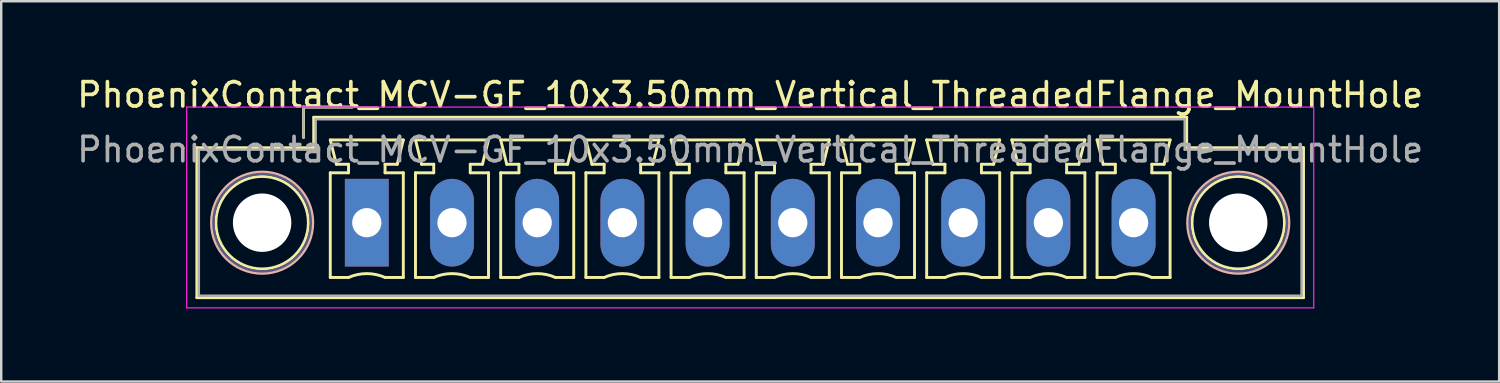
<source format=kicad_pcb>
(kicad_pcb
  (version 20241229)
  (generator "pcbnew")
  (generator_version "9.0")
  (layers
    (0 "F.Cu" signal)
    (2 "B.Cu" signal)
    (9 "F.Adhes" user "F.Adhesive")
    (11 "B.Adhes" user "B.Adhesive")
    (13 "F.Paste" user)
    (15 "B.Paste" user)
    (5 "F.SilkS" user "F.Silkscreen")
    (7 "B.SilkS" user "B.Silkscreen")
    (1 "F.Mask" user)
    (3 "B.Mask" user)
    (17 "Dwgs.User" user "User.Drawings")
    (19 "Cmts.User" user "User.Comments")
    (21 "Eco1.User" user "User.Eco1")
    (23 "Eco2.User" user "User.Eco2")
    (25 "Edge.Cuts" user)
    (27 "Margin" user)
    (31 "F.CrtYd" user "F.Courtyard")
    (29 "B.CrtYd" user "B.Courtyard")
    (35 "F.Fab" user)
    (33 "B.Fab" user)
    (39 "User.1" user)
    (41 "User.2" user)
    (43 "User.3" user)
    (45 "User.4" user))
  (footprint "PhoenixContact_MCV-GF_10x3.50mm_Vertical_ThreadedFlange_MountHole"
    (layer "F.Cu")
    (at 12.018 6.098)
    (property "Reference" "PhoenixContact_MCV-GF_10x3.50mm_Vertical_ThreadedFlange_MountHole" (at 15.75 -5.25 0) (layer "F.SilkS") (effects (font (size 1 1) (thickness 0.15))))
    (attr through_hole)
    (fp_line (start -6.98 -3.08) (end -6.98 3.08) (stroke (width 0.12) (type solid)) (layer "F.SilkS"))
    (fp_line (start -6.98 3.08) (end 38.48 3.08) (stroke (width 0.12) (type solid)) (layer "F.SilkS"))
    (fp_line (start -2.6 -4.75) (end -0.6 -4.75) (stroke (width 0.12) (type solid)) (layer "F.SilkS"))
    (fp_line (start -2.6 -3.5) (end -2.6 -4.75) (stroke (width 0.12) (type solid)) (layer "F.SilkS"))
    (fp_line (start -2.18 -4.33) (end -2.18 -3.08) (stroke (width 0.12) (type solid)) (layer "F.SilkS"))
    (fp_line (start -2.18 -3.08) (end -6.98 -3.08) (stroke (width 0.12) (type solid)) (layer "F.SilkS"))
    (fp_line (start -1.5 -3.4) (end 1.5 -3.4) (stroke (width 0.12) (type solid)) (layer "F.SilkS"))
    (fp_line (start -1.5 -2.05) (end -0.75 -2.05) (stroke (width 0.12) (type solid)) (layer "F.SilkS"))
    (fp_line (start -1.5 2.25) (end -1.5 -2.05) (stroke (width 0.12) (type solid)) (layer "F.SilkS"))
    (fp_line (start -1.25 -2.4) (end -1.5 -3.4) (stroke (width 0.12) (type solid)) (layer "F.SilkS"))
    (fp_line (start -0.75 -2.4) (end -1.25 -2.4) (stroke (width 0.12) (type solid)) (layer "F.SilkS"))
    (fp_line (start -0.75 -2.05) (end -0.75 -2.4) (stroke (width 0.12) (type solid)) (layer "F.SilkS"))
    (fp_line (start -0.75 2.25) (end -1.5 2.25) (stroke (width 0.12) (type solid)) (layer "F.SilkS"))
    (fp_line (start 0.75 -2.4) (end 0.75 -2.05) (stroke (width 0.12) (type solid)) (layer "F.SilkS"))
    (fp_line (start 0.75 -2.05) (end 1.5 -2.05) (stroke (width 0.12) (type solid)) (layer "F.SilkS"))
    (fp_line (start 1.25 -2.4) (end 0.75 -2.4) (stroke (width 0.12) (type solid)) (layer "F.SilkS"))
    (fp_line (start 1.5 -3.4) (end 1.25 -2.4) (stroke (width 0.12) (type solid)) (layer "F.SilkS"))
    (fp_line (start 1.5 -2.05) (end 1.5 2.25) (stroke (width 0.12) (type solid)) (layer "F.SilkS"))
    (fp_line (start 1.5 2.25) (end 0.75 2.25) (stroke (width 0.12) (type solid)) (layer "F.SilkS"))
    (fp_line (start 2 -3.4) (end 5 -3.4) (stroke (width 0.12) (type solid)) (layer "F.SilkS"))
    (fp_line (start 2 -2.05) (end 2.75 -2.05) (stroke (width 0.12) (type solid)) (layer "F.SilkS"))
    (fp_line (start 2 2.25) (end 2 -2.05) (stroke (width 0.12) (type solid)) (layer "F.SilkS"))
    (fp_line (start 2.25 -2.4) (end 2 -3.4) (stroke (width 0.12) (type solid)) (layer "F.SilkS"))
    (fp_line (start 2.75 -2.4) (end 2.25 -2.4) (stroke (width 0.12) (type solid)) (layer "F.SilkS"))
    (fp_line (start 2.75 -2.05) (end 2.75 -2.4) (stroke (width 0.12) (type solid)) (layer "F.SilkS"))
    (fp_line (start 2.75 2.25) (end 2 2.25) (stroke (width 0.12) (type solid)) (layer "F.SilkS"))
    (fp_line (start 4.25 -2.4) (end 4.25 -2.05) (stroke (width 0.12) (type solid)) (layer "F.SilkS"))
    (fp_line (start 4.25 -2.05) (end 5 -2.05) (stroke (width 0.12) (type solid)) (layer "F.SilkS"))
    (fp_line (start 4.75 -2.4) (end 4.25 -2.4) (stroke (width 0.12) (type solid)) (layer "F.SilkS"))
    (fp_line (start 5 -3.4) (end 4.75 -2.4) (stroke (width 0.12) (type solid)) (layer "F.SilkS"))
    (fp_line (start 5 -2.05) (end 5 2.25) (stroke (width 0.12) (type solid)) (layer "F.SilkS"))
    (fp_line (start 5 2.25) (end 4.25 2.25) (stroke (width 0.12) (type solid)) (layer "F.SilkS"))
    (fp_line (start 5.5 -3.4) (end 8.5 -3.4) (stroke (width 0.12) (type solid)) (layer "F.SilkS"))
    (fp_line (start 5.5 -2.05) (end 6.25 -2.05) (stroke (width 0.12) (type solid)) (layer "F.SilkS"))
    (fp_line (start 5.5 2.25) (end 5.5 -2.05) (stroke (width 0.12) (type solid)) (layer "F.SilkS"))
    (fp_line (start 5.75 -2.4) (end 5.5 -3.4) (stroke (width 0.12) (type solid)) (layer "F.SilkS"))
    (fp_line (start 6.25 -2.4) (end 5.75 -2.4) (stroke (width 0.12) (type solid)) (layer "F.SilkS"))
    (fp_line (start 6.25 -2.05) (end 6.25 -2.4) (stroke (width 0.12) (type solid)) (layer "F.SilkS"))
    (fp_line (start 6.25 2.25) (end 5.5 2.25) (stroke (width 0.12) (type solid)) (layer "F.SilkS"))
    (fp_line (start 7.75 -2.4) (end 7.75 -2.05) (stroke (width 0.12) (type solid)) (layer "F.SilkS"))
    (fp_line (start 7.75 -2.05) (end 8.5 -2.05) (stroke (width 0.12) (type solid)) (layer "F.SilkS"))
    (fp_line (start 8.25 -2.4) (end 7.75 -2.4) (stroke (width 0.12) (type solid)) (layer "F.SilkS"))
    (fp_line (start 8.5 -3.4) (end 8.25 -2.4) (stroke (width 0.12) (type solid)) (layer "F.SilkS"))
    (fp_line (start 8.5 -2.05) (end 8.5 2.25) (stroke (width 0.12) (type solid)) (layer "F.SilkS"))
    (fp_line (start 8.5 2.25) (end 7.75 2.25) (stroke (width 0.12) (type solid)) (layer "F.SilkS"))
    (fp_line (start 9 -3.4) (end 12 -3.4) (stroke (width 0.12) (type solid)) (layer "F.SilkS"))
    (fp_line (start 9 -2.05) (end 9.75 -2.05) (stroke (width 0.12) (type solid)) (layer "F.SilkS"))
    (fp_line (start 9 2.25) (end 9 -2.05) (stroke (width 0.12) (type solid)) (layer "F.SilkS"))
    (fp_line (start 9.25 -2.4) (end 9 -3.4) (stroke (width 0.12) (type solid)) (layer "F.SilkS"))
    (fp_line (start 9.75 -2.4) (end 9.25 -2.4) (stroke (width 0.12) (type solid)) (layer "F.SilkS"))
    (fp_line (start 9.75 -2.05) (end 9.75 -2.4) (stroke (width 0.12) (type solid)) (layer "F.SilkS"))
    (fp_line (start 9.75 2.25) (end 9 2.25) (stroke (width 0.12) (type solid)) (layer "F.SilkS"))
    (fp_line (start 11.25 -2.4) (end 11.25 -2.05) (stroke (width 0.12) (type solid)) (layer "F.SilkS"))
    (fp_line (start 11.25 -2.05) (end 12 -2.05) (stroke (width 0.12) (type solid)) (layer "F.SilkS"))
    (fp_line (start 11.75 -2.4) (end 11.25 -2.4) (stroke (width 0.12) (type solid)) (layer "F.SilkS"))
    (fp_line (start 12 -3.4) (end 11.75 -2.4) (stroke (width 0.12) (type solid)) (layer "F.SilkS"))
    (fp_line (start 12 -2.05) (end 12 2.25) (stroke (width 0.12) (type solid)) (layer "F.SilkS"))
    (fp_line (start 12 2.25) (end 11.25 2.25) (stroke (width 0.12) (type solid)) (layer "F.SilkS"))
    (fp_line (start 12.5 -3.4) (end 15.5 -3.4) (stroke (width 0.12) (type solid)) (layer "F.SilkS"))
    (fp_line (start 12.5 -2.05) (end 13.25 -2.05) (stroke (width 0.12) (type solid)) (layer "F.SilkS"))
    (fp_line (start 12.5 2.25) (end 12.5 -2.05) (stroke (width 0.12) (type solid)) (layer "F.SilkS"))
    (fp_line (start 12.75 -2.4) (end 12.5 -3.4) (stroke (width 0.12) (type solid)) (layer "F.SilkS"))
    (fp_line (start 13.25 -2.4) (end 12.75 -2.4) (stroke (width 0.12) (type solid)) (layer "F.SilkS"))
    (fp_line (start 13.25 -2.05) (end 13.25 -2.4) (stroke (width 0.12) (type solid)) (layer "F.SilkS"))
    (fp_line (start 13.25 2.25) (end 12.5 2.25) (stroke (width 0.12) (type solid)) (layer "F.SilkS"))
    (fp_line (start 14.75 -2.4) (end 14.75 -2.05) (stroke (width 0.12) (type solid)) (layer "F.SilkS"))
    (fp_line (start 14.75 -2.05) (end 15.5 -2.05) (stroke (width 0.12) (type solid)) (layer "F.SilkS"))
    (fp_line (start 15.25 -2.4) (end 14.75 -2.4) (stroke (width 0.12) (type solid)) (layer "F.SilkS"))
    (fp_line (start 15.5 -3.4) (end 15.25 -2.4) (stroke (width 0.12) (type solid)) (layer "F.SilkS"))
    (fp_line (start 15.5 -2.05) (end 15.5 2.25) (stroke (width 0.12) (type solid)) (layer "F.SilkS"))
    (fp_line (start 15.5 2.25) (end 14.75 2.25) (stroke (width 0.12) (type solid)) (layer "F.SilkS"))
    (fp_line (start 16 -3.4) (end 19 -3.4) (stroke (width 0.12) (type solid)) (layer "F.SilkS"))
    (fp_line (start 16 -2.05) (end 16.75 -2.05) (stroke (width 0.12) (type solid)) (layer "F.SilkS"))
    (fp_line (start 16 2.25) (end 16 -2.05) (stroke (width 0.12) (type solid)) (layer "F.SilkS"))
    (fp_line (start 16.25 -2.4) (end 16 -3.4) (stroke (width 0.12) (type solid)) (layer "F.SilkS"))
    (fp_line (start 16.75 -2.4) (end 16.25 -2.4) (stroke (width 0.12) (type solid)) (layer "F.SilkS"))
    (fp_line (start 16.75 -2.05) (end 16.75 -2.4) (stroke (width 0.12) (type solid)) (layer "F.SilkS"))
    (fp_line (start 16.75 2.25) (end 16 2.25) (stroke (width 0.12) (type solid)) (layer "F.SilkS"))
    (fp_line (start 18.25 -2.4) (end 18.25 -2.05) (stroke (width 0.12) (type solid)) (layer "F.SilkS"))
    (fp_line (start 18.25 -2.05) (end 19 -2.05) (stroke (width 0.12) (type solid)) (layer "F.SilkS"))
    (fp_line (start 18.75 -2.4) (end 18.25 -2.4) (stroke (width 0.12) (type solid)) (layer "F.SilkS"))
    (fp_line (start 19 -3.4) (end 18.75 -2.4) (stroke (width 0.12) (type solid)) (layer "F.SilkS"))
    (fp_line (start 19 -2.05) (end 19 2.25) (stroke (width 0.12) (type solid)) (layer "F.SilkS"))
    (fp_line (start 19 2.25) (end 18.25 2.25) (stroke (width 0.12) (type solid)) (layer "F.SilkS"))
    (fp_line (start 19.5 -3.4) (end 22.5 -3.4) (stroke (width 0.12) (type solid)) (layer "F.SilkS"))
    (fp_line (start 19.5 -2.05) (end 20.25 -2.05) (stroke (width 0.12) (type solid)) (layer "F.SilkS"))
    (fp_line (start 19.5 2.25) (end 19.5 -2.05) (stroke (width 0.12) (type solid)) (layer "F.SilkS"))
    (fp_line (start 19.75 -2.4) (end 19.5 -3.4) (stroke (width 0.12) (type solid)) (layer "F.SilkS"))
    (fp_line (start 20.25 -2.4) (end 19.75 -2.4) (stroke (width 0.12) (type solid)) (layer "F.SilkS"))
    (fp_line (start 20.25 -2.05) (end 20.25 -2.4) (stroke (width 0.12) (type solid)) (layer "F.SilkS"))
    (fp_line (start 20.25 2.25) (end 19.5 2.25) (stroke (width 0.12) (type solid)) (layer "F.SilkS"))
    (fp_line (start 21.75 -2.4) (end 21.75 -2.05) (stroke (width 0.12) (type solid)) (layer "F.SilkS"))
    (fp_line (start 21.75 -2.05) (end 22.5 -2.05) (stroke (width 0.12) (type solid)) (layer "F.SilkS"))
    (fp_line (start 22.25 -2.4) (end 21.75 -2.4) (stroke (width 0.12) (type solid)) (layer "F.SilkS"))
    (fp_line (start 22.5 -3.4) (end 22.25 -2.4) (stroke (width 0.12) (type solid)) (layer "F.SilkS"))
    (fp_line (start 22.5 -2.05) (end 22.5 2.25) (stroke (width 0.12) (type solid)) (layer "F.SilkS"))
    (fp_line (start 22.5 2.25) (end 21.75 2.25) (stroke (width 0.12) (type solid)) (layer "F.SilkS"))
    (fp_line (start 23 -3.4) (end 26 -3.4) (stroke (width 0.12) (type solid)) (layer "F.SilkS"))
    (fp_line (start 23 -2.05) (end 23.75 -2.05) (stroke (width 0.12) (type solid)) (layer "F.SilkS"))
    (fp_line (start 23 2.25) (end 23 -2.05) (stroke (width 0.12) (type solid)) (layer "F.SilkS"))
    (fp_line (start 23.25 -2.4) (end 23 -3.4) (stroke (width 0.12) (type solid)) (layer "F.SilkS"))
    (fp_line (start 23.75 -2.4) (end 23.25 -2.4) (stroke (width 0.12) (type solid)) (layer "F.SilkS"))
    (fp_line (start 23.75 -2.05) (end 23.75 -2.4) (stroke (width 0.12) (type solid)) (layer "F.SilkS"))
    (fp_line (start 23.75 2.25) (end 23 2.25) (stroke (width 0.12) (type solid)) (layer "F.SilkS"))
    (fp_line (start 25.25 -2.4) (end 25.25 -2.05) (stroke (width 0.12) (type solid)) (layer "F.SilkS"))
    (fp_line (start 25.25 -2.05) (end 26 -2.05) (stroke (width 0.12) (type solid)) (layer "F.SilkS"))
    (fp_line (start 25.75 -2.4) (end 25.25 -2.4) (stroke (width 0.12) (type solid)) (layer "F.SilkS"))
    (fp_line (start 26 -3.4) (end 25.75 -2.4) (stroke (width 0.12) (type solid)) (layer "F.SilkS"))
    (fp_line (start 26 -2.05) (end 26 2.25) (stroke (width 0.12) (type solid)) (layer "F.SilkS"))
    (fp_line (start 26 2.25) (end 25.25 2.25) (stroke (width 0.12) (type solid)) (layer "F.SilkS"))
    (fp_line (start 26.5 -3.4) (end 29.5 -3.4) (stroke (width 0.12) (type solid)) (layer "F.SilkS"))
    (fp_line (start 26.5 -2.05) (end 27.25 -2.05) (stroke (width 0.12) (type solid)) (layer "F.SilkS"))
    (fp_line (start 26.5 2.25) (end 26.5 -2.05) (stroke (width 0.12) (type solid)) (layer "F.SilkS"))
    (fp_line (start 26.75 -2.4) (end 26.5 -3.4) (stroke (width 0.12) (type solid)) (layer "F.SilkS"))
    (fp_line (start 27.25 -2.4) (end 26.75 -2.4) (stroke (width 0.12) (type solid)) (layer "F.SilkS"))
    (fp_line (start 27.25 -2.05) (end 27.25 -2.4) (stroke (width 0.12) (type solid)) (layer "F.SilkS"))
    (fp_line (start 27.25 2.25) (end 26.5 2.25) (stroke (width 0.12) (type solid)) (layer "F.SilkS"))
    (fp_line (start 28.75 -2.4) (end 28.75 -2.05) (stroke (width 0.12) (type solid)) (layer "F.SilkS"))
    (fp_line (start 28.75 -2.05) (end 29.5 -2.05) (stroke (width 0.12) (type solid)) (layer "F.SilkS"))
    (fp_line (start 29.25 -2.4) (end 28.75 -2.4) (stroke (width 0.12) (type solid)) (layer "F.SilkS"))
    (fp_line (start 29.5 -3.4) (end 29.25 -2.4) (stroke (width 0.12) (type solid)) (layer "F.SilkS"))
    (fp_line (start 29.5 -2.05) (end 29.5 2.25) (stroke (width 0.12) (type solid)) (layer "F.SilkS"))
    (fp_line (start 29.5 2.25) (end 28.75 2.25) (stroke (width 0.12) (type solid)) (layer "F.SilkS"))
    (fp_line (start 30 -3.4) (end 33 -3.4) (stroke (width 0.12) (type solid)) (layer "F.SilkS"))
    (fp_line (start 30 -2.05) (end 30.75 -2.05) (stroke (width 0.12) (type solid)) (layer "F.SilkS"))
    (fp_line (start 30 2.25) (end 30 -2.05) (stroke (width 0.12) (type solid)) (layer "F.SilkS"))
    (fp_line (start 30.25 -2.4) (end 30 -3.4) (stroke (width 0.12) (type solid)) (layer "F.SilkS"))
    (fp_line (start 30.75 -2.4) (end 30.25 -2.4) (stroke (width 0.12) (type solid)) (layer "F.SilkS"))
    (fp_line (start 30.75 -2.05) (end 30.75 -2.4) (stroke (width 0.12) (type solid)) (layer "F.SilkS"))
    (fp_line (start 30.75 2.25) (end 30 2.25) (stroke (width 0.12) (type solid)) (layer "F.SilkS"))
    (fp_line (start 32.25 -2.4) (end 32.25 -2.05) (stroke (width 0.12) (type solid)) (layer "F.SilkS"))
    (fp_line (start 32.25 -2.05) (end 33 -2.05) (stroke (width 0.12) (type solid)) (layer "F.SilkS"))
    (fp_line (start 32.75 -2.4) (end 32.25 -2.4) (stroke (width 0.12) (type solid)) (layer "F.SilkS"))
    (fp_line (start 33 -3.4) (end 32.75 -2.4) (stroke (width 0.12) (type solid)) (layer "F.SilkS"))
    (fp_line (start 33 -2.05) (end 33 2.25) (stroke (width 0.12) (type solid)) (layer "F.SilkS"))
    (fp_line (start 33 2.25) (end 32.25 2.25) (stroke (width 0.12) (type solid)) (layer "F.SilkS"))
    (fp_line (start 33.68 -4.33) (end -2.18 -4.33) (stroke (width 0.12) (type solid)) (layer "F.SilkS"))
    (fp_line (start 33.68 -3.08) (end 33.68 -4.33) (stroke (width 0.12) (type solid)) (layer "F.SilkS"))
    (fp_line (start 38.48 -3.08) (end 33.68 -3.08) (stroke (width 0.12) (type solid)) (layer "F.SilkS"))
    (fp_line (start 38.48 3.08) (end 38.48 -3.08) (stroke (width 0.12) (type solid)) (layer "F.SilkS"))
    (fp_arc (start -0.75 2.25) (mid -0.000193 2.09191) (end 0.749647 2.249844) (stroke (width 0.12) (type solid)) (layer "F.SilkS"))
    (fp_arc (start 2.75 2.25) (mid 3.499807 2.09191) (end 4.249647 2.249844) (stroke (width 0.12) (type solid)) (layer "F.SilkS"))
    (fp_arc (start 6.25 2.25) (mid 6.999807 2.09191) (end 7.749647 2.249844) (stroke (width 0.12) (type solid)) (layer "F.SilkS"))
    (fp_arc (start 9.75 2.25) (mid 10.499807 2.09191) (end 11.249647 2.249844) (stroke (width 0.12) (type solid)) (layer "F.SilkS"))
    (fp_arc (start 13.25 2.25) (mid 13.999807 2.09191) (end 14.749647 2.249844) (stroke (width 0.12) (type solid)) (layer "F.SilkS"))
    (fp_arc (start 16.75 2.25) (mid 17.499807 2.09191) (end 18.249647 2.249844) (stroke (width 0.12) (type solid)) (layer "F.SilkS"))
    (fp_arc (start 20.25 2.25) (mid 20.999807 2.09191) (end 21.749647 2.249844) (stroke (width 0.12) (type solid)) (layer "F.SilkS"))
    (fp_arc (start 23.75 2.25) (mid 24.499807 2.09191) (end 25.249647 2.249844) (stroke (width 0.12) (type solid)) (layer "F.SilkS"))
    (fp_arc (start 27.25 2.25) (mid 27.999807 2.09191) (end 28.749647 2.249844) (stroke (width 0.12) (type solid)) (layer "F.SilkS"))
    (fp_arc (start 30.75 2.25) (mid 31.499807 2.09191) (end 32.249647 2.249844) (stroke (width 0.12) (type solid)) (layer "F.SilkS"))
    (fp_circle (center -4.3 0) (end -2.4 0) (stroke (width 0.12) (type solid)) (fill no) (layer "F.SilkS"))
    (fp_circle (center 35.8 0) (end 37.7 0) (stroke (width 0.12) (type solid)) (fill no) (layer "F.SilkS"))
    (fp_circle (center -4.3 0) (end -2.22 0) (stroke (width 0.12) (type solid)) (fill no) (layer "B.SilkS"))
    (fp_circle (center 35.8 0) (end 37.88 0) (stroke (width 0.12) (type solid)) (fill no) (layer "B.SilkS"))
    (fp_line (start -7.4 -4.75) (end -7.4 3.5) (stroke (width 0.05) (type solid)) (layer "F.CrtYd"))
    (fp_line (start -7.4 3.5) (end 38.9 3.5) (stroke (width 0.05) (type solid)) (layer "F.CrtYd"))
    (fp_line (start 38.9 -4.75) (end -7.4 -4.75) (stroke (width 0.05) (type solid)) (layer "F.CrtYd"))
    (fp_line (start 38.9 3.5) (end 38.9 -4.75) (stroke (width 0.05) (type solid)) (layer "F.CrtYd"))
    (fp_circle (center -4.3 0) (end -2.3 0) (stroke (width 0.1) (type solid)) (fill no) (layer "B.Fab"))
    (fp_circle (center 35.8 0) (end 37.8 0) (stroke (width 0.1) (type solid)) (fill no) (layer "B.Fab"))
    (fp_line (start -6.9 -3) (end -6.9 3) (stroke (width 0.1) (type solid)) (layer "F.Fab"))
    (fp_line (start -6.9 3) (end 38.4 3) (stroke (width 0.1) (type solid)) (layer "F.Fab"))
    (fp_line (start -2.6 -4.75) (end -0.6 -4.75) (stroke (width 0.1) (type solid)) (layer "F.Fab"))
    (fp_line (start -2.6 -3.5) (end -2.6 -4.75) (stroke (width 0.1) (type solid)) (layer "F.Fab"))
    (fp_line (start -2.1 -4.25) (end -2.1 -3) (stroke (width 0.1) (type solid)) (layer "F.Fab"))
    (fp_line (start -2.1 -3) (end -6.9 -3) (stroke (width 0.1) (type solid)) (layer "F.Fab"))
    (fp_line (start 33.6 -4.25) (end -2.1 -4.25) (stroke (width 0.1) (type solid)) (layer "F.Fab"))
    (fp_line (start 33.6 -3) (end 33.6 -4.25) (stroke (width 0.1) (type solid)) (layer "F.Fab"))
    (fp_line (start 38.4 -3) (end 33.6 -3) (stroke (width 0.1) (type solid)) (layer "F.Fab"))
    (fp_line (start 38.4 3) (end 38.4 -3) (stroke (width 0.1) (type solid)) (layer "F.Fab"))
    (fp_text user "${REFERENCE}" (at 15.75 -3 0) (layer "F.Fab") (effects (font (size 1 1) (thickness 0.15))))
    (pad "" np_thru_hole circle (at -4.3 0) (size 2.4 2.4) (drill 2.4) (layers "*.Cu" "*.Mask"))
    (pad "" np_thru_hole circle (at 35.8 0) (size 2.4 2.4) (drill 2.4) (layers "*.Cu" "*.Mask"))
    (pad "1" thru_hole rect (at 0 0) (size 1.8 3.6) (drill 1.2) (layers "*.Cu" "*.Mask"))
    (pad "2" thru_hole oval (at 3.5 0) (size 1.8 3.6) (drill 1.2) (layers "*.Cu" "*.Mask"))
    (pad "3" thru_hole oval (at 7 0) (size 1.8 3.6) (drill 1.2) (layers "*.Cu" "*.Mask"))
    (pad "4" thru_hole oval (at 10.5 0) (size 1.8 3.6) (drill 1.2) (layers "*.Cu" "*.Mask"))
    (pad "5" thru_hole oval (at 14 0) (size 1.8 3.6) (drill 1.2) (layers "*.Cu" "*.Mask"))
    (pad "6" thru_hole oval (at 17.5 0) (size 1.8 3.6) (drill 1.2) (layers "*.Cu" "*.Mask"))
    (pad "7" thru_hole oval (at 21 0) (size 1.8 3.6) (drill 1.2) (layers "*.Cu" "*.Mask"))
    (pad "8" thru_hole oval (at 24.5 0) (size 1.8 3.6) (drill 1.2) (layers "*.Cu" "*.Mask"))
    (pad "9" thru_hole oval (at 28 0) (size 1.8 3.6) (drill 1.2) (layers "*.Cu" "*.Mask"))
    (pad "10" thru_hole oval (at 31.5 0) (size 1.8 3.6) (drill 1.2) (layers "*.Cu" "*.Mask")))
  (gr_rect
    (start -3 -3)
    (end 58.536 12.623)
    (stroke (width 0.1) (type default))
    (fill no)
    (layer "Edge.Cuts")))
</source>
